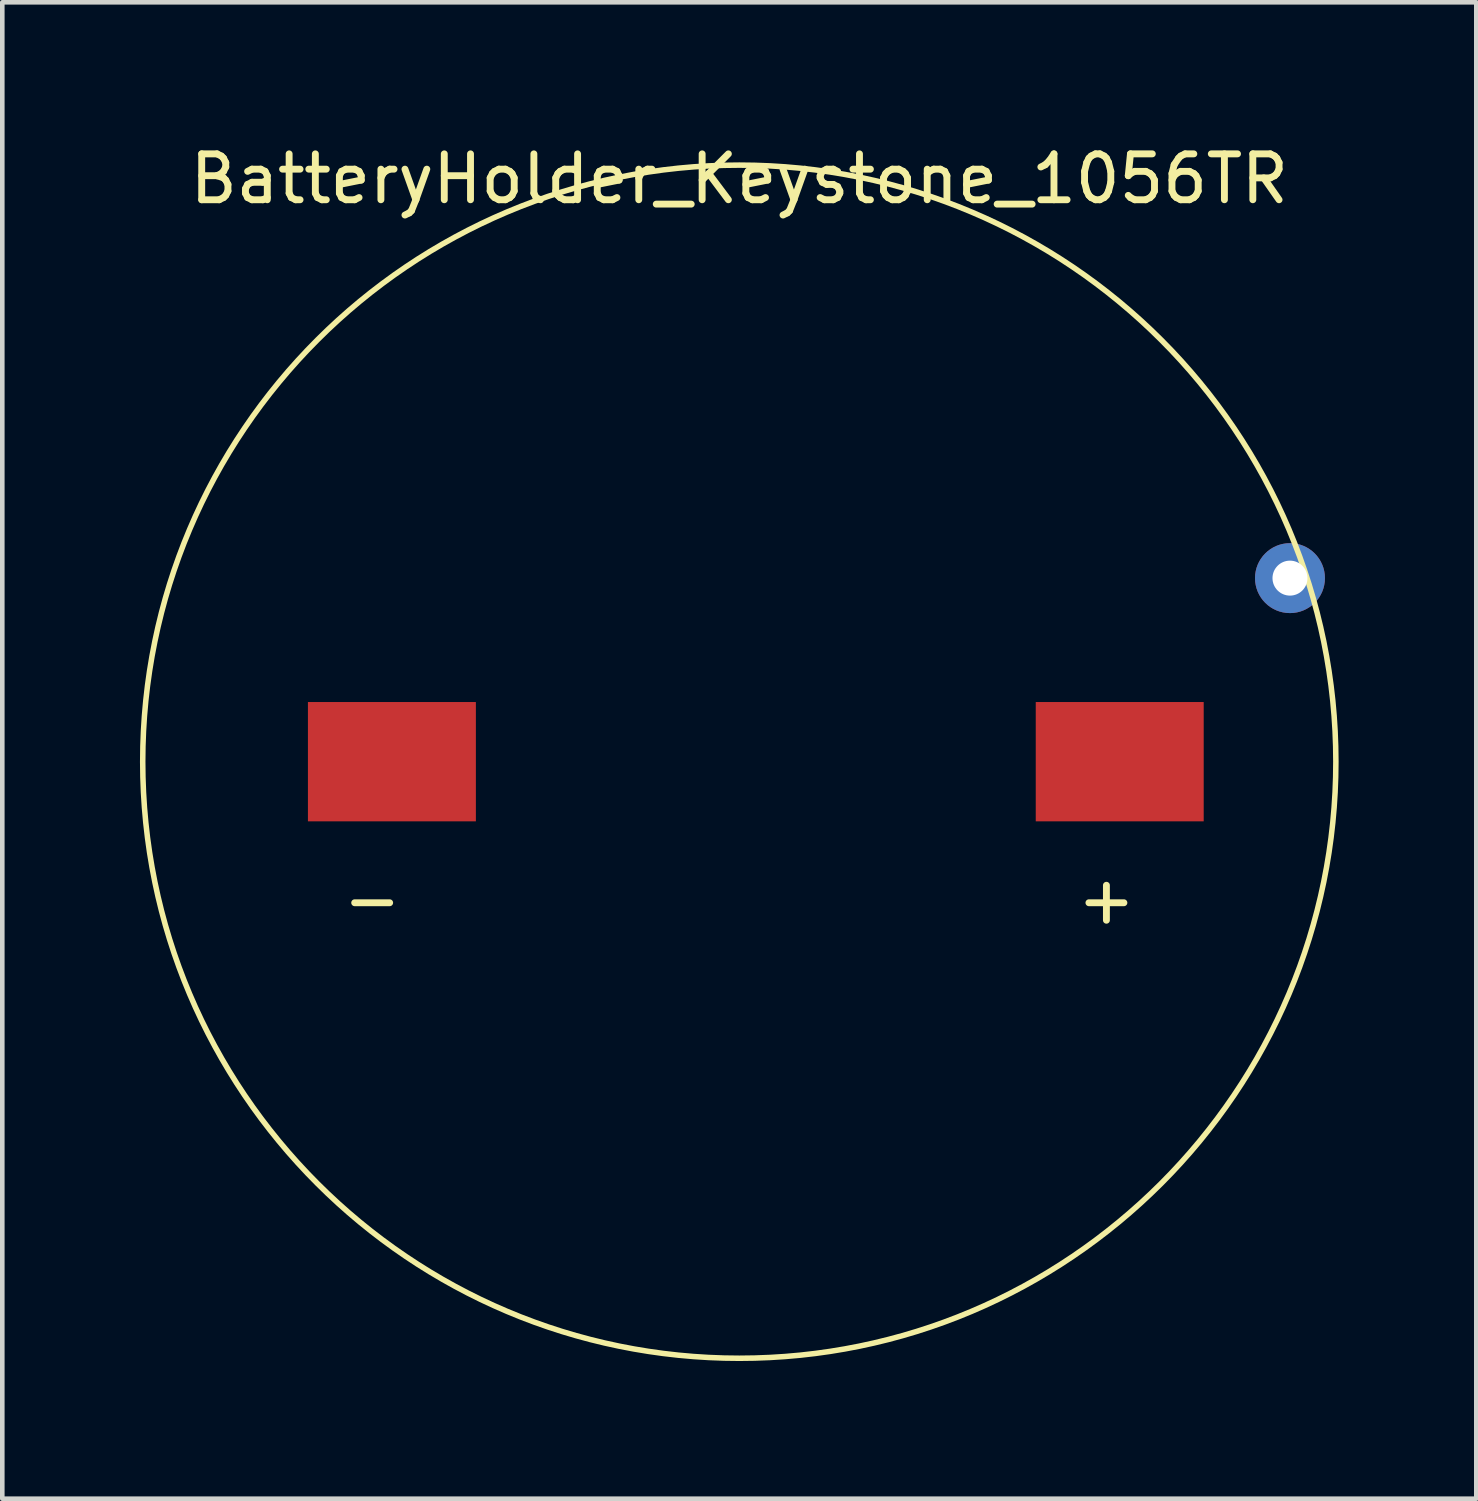
<source format=kicad_pcb>
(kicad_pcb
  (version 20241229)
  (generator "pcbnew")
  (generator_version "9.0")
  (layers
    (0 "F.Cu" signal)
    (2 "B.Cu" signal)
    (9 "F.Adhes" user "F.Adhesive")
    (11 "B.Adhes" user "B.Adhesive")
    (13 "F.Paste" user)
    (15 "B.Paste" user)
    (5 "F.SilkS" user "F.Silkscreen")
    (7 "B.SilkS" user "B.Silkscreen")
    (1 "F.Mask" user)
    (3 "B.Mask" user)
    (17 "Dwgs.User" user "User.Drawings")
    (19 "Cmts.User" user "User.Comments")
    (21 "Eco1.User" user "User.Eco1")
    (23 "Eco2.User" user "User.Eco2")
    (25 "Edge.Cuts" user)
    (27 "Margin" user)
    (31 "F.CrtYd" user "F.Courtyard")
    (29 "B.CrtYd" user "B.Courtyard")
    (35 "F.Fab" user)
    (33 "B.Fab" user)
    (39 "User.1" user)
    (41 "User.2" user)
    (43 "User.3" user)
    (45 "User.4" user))
  (footprint "BatteryHolder_Keystone_1056TR"
    (layer "F.Cu")
    (at 13.06 13.548)
    (property "Reference" "BatteryHolder_Keystone_1056TR" (at 0 -12.7 0) (layer "F.SilkS") (effects (font (size 1 1) (thickness 0.15))))
    (attr smd)
    (fp_circle (center 0 0) (end 13 0) (stroke (width 0.12) (type solid)) (fill no) (layer "F.SilkS"))
    (fp_text user "-" (at -8 3 0) (layer "F.SilkS") (effects (font (size 1 1) (thickness 0.15))))
    (fp_text user "+" (at 8 3 0) (layer "F.SilkS") (effects (font (size 1 1) (thickness 0.15))))
    (pad "1" smd rect (at 8.29 0) (size 3.66 2.6) (layers "F.Cu" "F.Mask" "F.Paste"))
    (pad "2" smd rect (at -7.57 0) (size 3.66 2.6) (layers "F.Cu" "F.Mask" "F.Paste"))
    (pad "2" thru_hole circle (at 12 -4) (size 1.524 1.524) (drill 0.762) (layers "*.Cu" "*.Mask")))
  (gr_rect
    (start -3 -3)
    (end 29.12 29.608)
    (stroke (width 0.1) (type default))
    (fill no)
    (layer "Edge.Cuts")))
</source>
